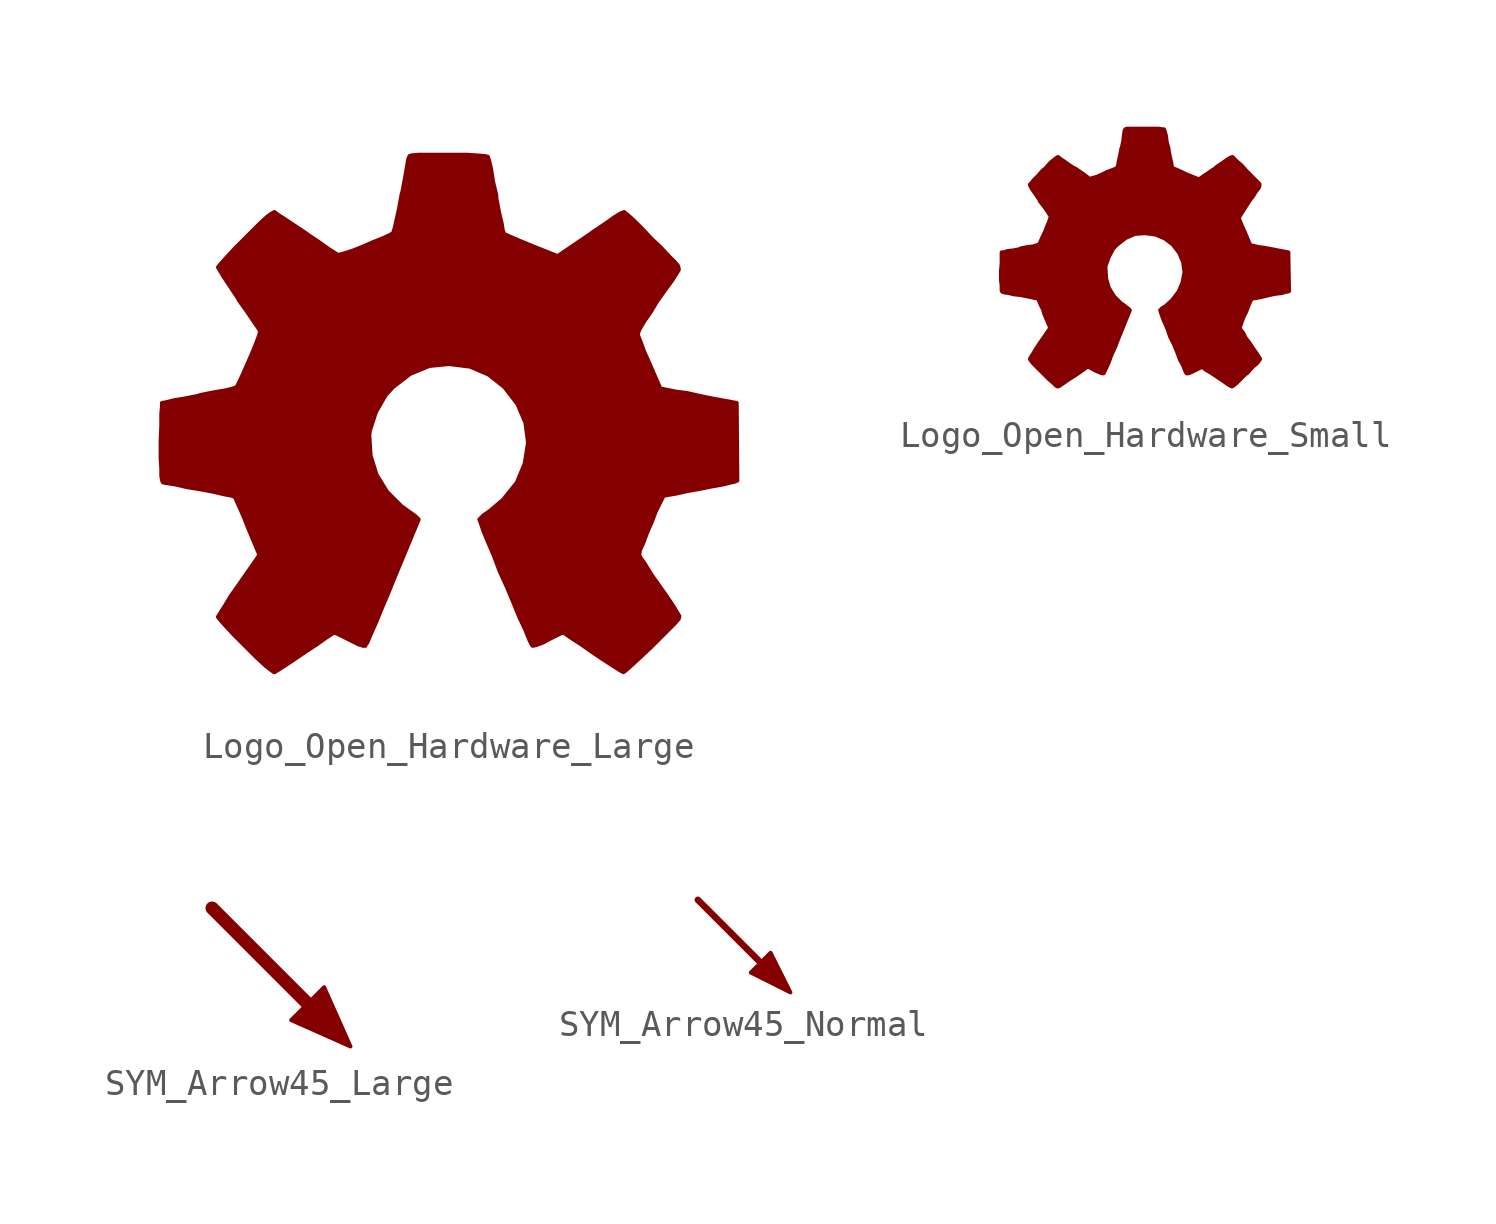
<source format=kicad_sym>
(kicad_symbol_lib
  (version 20220914)
  (generator kicad_symbol_editor)
  (symbol "Logo_Open_Hardware_Large"
    (property "Reference" "#SYM"
      (at 0 12.7 0)
      (effects (font (size 1.27 1.27)) hide))
    (symbol "Logo_Open_Hardware_Large_1_1"
      (polyline (pts (xy 6.731 -8.712) (xy 6.629 -8.661) (xy 6.35 -8.484) (xy 5.994 -8.255) (xy 5.537 -7.95) (xy 5.105 -7.645) (xy 4.75 -7.417) (xy 4.496 -7.239) (xy 4.394 -7.188) (xy 4.318 -7.214) (xy 4.115 -7.315) (xy 3.81 -7.468) (xy 3.632 -7.569) (xy 3.353 -7.671) (xy 3.226 -7.696) (xy 3.2 -7.671) (xy 3.099 -7.468) (xy 2.946 -7.087) (xy 2.718 -6.604) (xy 2.489 -6.045) (xy 2.235 -5.436) (xy 1.956 -4.826) (xy 1.727 -4.216) (xy 1.499 -3.683) (xy 1.321 -3.251) (xy 1.219 -2.946) (xy 1.168 -2.819) (xy 1.194 -2.794) (xy 1.321 -2.667) (xy 1.575 -2.489) (xy 2.083 -2.057) (xy 2.616 -1.397) (xy 2.921 -0.66) (xy 3.048 0.152) (xy 2.946 0.914) (xy 2.642 1.626) (xy 2.134 2.286) (xy 1.524 2.769) (xy 0.813 3.073) (xy 0 3.175) (xy -0.762 3.099) (xy -1.499 2.794) (xy -2.159 2.286) (xy -2.438 1.981) (xy -2.819 1.321) (xy -3.048 0.61) (xy -3.073 0.432) (xy -3.023 -0.356) (xy -2.794 -1.092) (xy -2.388 -1.753) (xy -1.829 -2.311) (xy -1.753 -2.362) (xy -1.473 -2.565) (xy -1.295 -2.692) (xy -1.168 -2.819) (xy -2.159 -5.207) (xy -2.311 -5.588) (xy -2.591 -6.248) (xy -2.819 -6.807) (xy -3.023 -7.264) (xy -3.15 -7.569) (xy -3.226 -7.671) (xy -3.226 -7.696) (xy -3.302 -7.696) (xy -3.48 -7.645) (xy -3.835 -7.468) (xy -4.039 -7.366) (xy -4.293 -7.239) (xy -4.42 -7.188) (xy -4.521 -7.239) (xy -4.75 -7.391) (xy -5.105 -7.645) (xy -5.537 -7.925) (xy -5.944 -8.204) (xy -6.325 -8.458) (xy -6.604 -8.636) (xy -6.731 -8.712) (xy -6.756 -8.712) (xy -6.858 -8.636) (xy -7.087 -8.458) (xy -7.417 -8.153) (xy -7.874 -7.696) (xy -7.95 -7.62) (xy -8.331 -7.239) (xy -8.636 -6.909) (xy -8.839 -6.68) (xy -8.915 -6.579) (xy -8.915 -6.579) (xy -8.839 -6.452) (xy -8.661 -6.172) (xy -8.433 -5.791) (xy -8.128 -5.359) (xy -7.315 -4.191) (xy -7.772 -3.099) (xy -7.899 -2.769) (xy -8.077 -2.362) (xy -8.204 -2.083) (xy -8.255 -1.956) (xy -8.382 -1.905) (xy -8.661 -1.854) (xy -9.093 -1.753) (xy -9.627 -1.651) (xy -10.109 -1.575) (xy -10.541 -1.473) (xy -10.871 -1.422) (xy -11.024 -1.397) (xy -11.049 -1.372) (xy -11.074 -1.295) (xy -11.1 -1.143) (xy -11.1 -0.889) (xy -11.125 -0.457) (xy -11.125 0.152) (xy -11.125 0.229) (xy -11.1 0.813) (xy -11.1 1.27) (xy -11.074 1.549) (xy -11.074 1.676) (xy -11.074 1.676) (xy -10.922 1.702) (xy -10.617 1.778) (xy -10.16 1.854) (xy -9.652 1.956) (xy -9.601 1.981) (xy -9.093 2.083) (xy -8.636 2.159) (xy -8.331 2.235) (xy -8.204 2.286) (xy -8.179 2.311) (xy -8.077 2.515) (xy -7.925 2.845) (xy -7.747 3.251) (xy -7.569 3.658) (xy -7.417 4.039) (xy -7.315 4.318) (xy -7.29 4.445) (xy -7.29 4.445) (xy -7.366 4.572) (xy -7.544 4.826) (xy -7.798 5.207) (xy -8.128 5.664) (xy -8.128 5.69) (xy -8.433 6.147) (xy -8.687 6.528) (xy -8.839 6.782) (xy -8.915 6.909) (xy -8.915 6.909) (xy -8.814 7.036) (xy -8.585 7.29) (xy -8.255 7.645) (xy -7.874 8.026) (xy -7.747 8.153) (xy -7.315 8.585) (xy -7.01 8.865) (xy -6.833 8.992) (xy -6.731 9.042) (xy -6.731 9.042) (xy -6.604 8.941) (xy -6.325 8.763) (xy -5.944 8.509) (xy -5.486 8.204) (xy -5.461 8.179) (xy -5.004 7.874) (xy -4.648 7.62) (xy -4.369 7.442) (xy -4.267 7.391) (xy -4.242 7.391) (xy -4.064 7.442) (xy -3.734 7.544) (xy -3.353 7.696) (xy -2.946 7.874) (xy -2.565 8.026) (xy -2.286 8.153) (xy -2.159 8.23) (xy -2.159 8.23) (xy -2.108 8.382) (xy -2.032 8.712) (xy -1.93 9.169) (xy -1.829 9.728) (xy -1.803 9.804) (xy -1.702 10.338) (xy -1.626 10.77) (xy -1.575 11.074) (xy -1.524 11.201) (xy -1.448 11.227) (xy -1.194 11.252) (xy -0.813 11.252) (xy -0.33 11.252) (xy 0.152 11.252) (xy 0.66 11.252) (xy 1.067 11.227) (xy 1.372 11.201) (xy 1.499 11.176) (xy 1.499 11.176) (xy 1.549 11.024) (xy 1.626 10.693) (xy 1.702 10.211) (xy 1.829 9.677) (xy 1.829 9.576) (xy 1.93 9.042) (xy 2.032 8.611) (xy 2.083 8.306) (xy 2.134 8.204) (xy 2.159 8.179) (xy 2.388 8.077) (xy 2.743 7.925) (xy 3.175 7.747) (xy 4.191 7.341) (xy 5.461 8.204) (xy 5.563 8.28) (xy 6.02 8.585) (xy 6.375 8.839) (xy 6.629 8.992) (xy 6.756 9.042) (xy 6.756 9.042) (xy 6.883 8.941) (xy 7.137 8.712) (xy 7.468 8.382) (xy 7.849 7.976) (xy 8.153 7.696) (xy 8.484 7.341) (xy 8.712 7.112) (xy 8.839 6.96) (xy 8.865 6.858) (xy 8.865 6.807) (xy 8.788 6.68) (xy 8.611 6.401) (xy 8.331 6.02) (xy 8.026 5.588) (xy 7.798 5.207) (xy 7.518 4.801) (xy 7.341 4.496) (xy 7.29 4.343) (xy 7.29 4.293) (xy 7.391 4.039) (xy 7.518 3.683) (xy 7.722 3.226) (xy 8.153 2.235) (xy 8.788 2.108) (xy 9.195 2.057) (xy 9.754 1.93) (xy 10.262 1.829) (xy 11.1 1.676) (xy 11.125 -1.321) (xy 10.998 -1.372) (xy 10.871 -1.397) (xy 10.566 -1.473) (xy 10.135 -1.549) (xy 9.627 -1.651) (xy 9.195 -1.727) (xy 8.738 -1.829) (xy 8.433 -1.88) (xy 8.28 -1.905) (xy 8.255 -1.956) (xy 8.153 -2.159) (xy 7.976 -2.515) (xy 7.823 -2.921) (xy 7.645 -3.327) (xy 7.493 -3.734) (xy 7.366 -4.013) (xy 7.341 -4.191) (xy 7.391 -4.293) (xy 7.569 -4.547) (xy 7.798 -4.928) (xy 8.103 -5.359) (xy 8.407 -5.791) (xy 8.661 -6.172) (xy 8.814 -6.426) (xy 8.89 -6.553) (xy 8.865 -6.655) (xy 8.687 -6.858) (xy 8.357 -7.188) (xy 7.874 -7.671) (xy 7.798 -7.747) (xy 7.391 -8.128) (xy 7.061 -8.433) (xy 6.833 -8.636) (xy 6.731 -8.712)) (stroke (width 0) (type default)) (fill (type outline)))))
  (symbol "Logo_Open_Hardware_Small"
    (property "Reference" "#SYM"
      (at 0 6.985 0)
      (effects (font (size 1.27 1.27)) hide))
    (symbol "Logo_Open_Hardware_Small_0_1"
      (polyline (pts (xy 3.353 -4.343) (xy 3.302 -4.318) (xy 3.175 -4.242) (xy 2.997 -4.115) (xy 2.769 -3.962) (xy 2.54 -3.81) (xy 2.362 -3.708) (xy 2.235 -3.607) (xy 2.184 -3.581) (xy 2.159 -3.607) (xy 2.057 -3.658) (xy 1.905 -3.734) (xy 1.803 -3.785) (xy 1.676 -3.835) (xy 1.6 -3.835) (xy 1.6 -3.835) (xy 1.549 -3.734) (xy 1.473 -3.531) (xy 1.346 -3.302) (xy 1.245 -3.023) (xy 1.118 -2.718) (xy 0.965 -2.413) (xy 0.864 -2.108) (xy 0.737 -1.829) (xy 0.66 -1.626) (xy 0.61 -1.473) (xy 0.584 -1.397) (xy 0.584 -1.397) (xy 0.66 -1.321) (xy 0.787 -1.245) (xy 1.041 -1.016) (xy 1.295 -0.686) (xy 1.448 -0.33) (xy 1.524 0.076) (xy 1.473 0.457) (xy 1.321 0.813) (xy 1.067 1.143) (xy 0.762 1.372) (xy 0.406 1.524) (xy 0 1.575) (xy -0.381 1.549) (xy -0.737 1.397) (xy -1.067 1.143) (xy -1.219 0.991) (xy -1.397 0.66) (xy -1.524 0.305) (xy -1.524 0.229) (xy -1.499 -0.178) (xy -1.397 -0.533) (xy -1.194 -0.864) (xy -0.914 -1.143) (xy -0.864 -1.168) (xy -0.737 -1.27) (xy -0.635 -1.346) (xy -0.584 -1.397) (xy -1.067 -2.591) (xy -1.143 -2.794) (xy -1.295 -3.124) (xy -1.397 -3.404) (xy -1.499 -3.632) (xy -1.575 -3.785) (xy -1.6 -3.835) (xy -1.6 -3.835) (xy -1.651 -3.835) (xy -1.727 -3.81) (xy -1.905 -3.734) (xy -2.007 -3.683) (xy -2.134 -3.607) (xy -2.21 -3.581) (xy -2.261 -3.607) (xy -2.362 -3.683) (xy -2.54 -3.81) (xy -2.769 -3.962) (xy -2.972 -4.089) (xy -3.15 -4.216) (xy -3.302 -4.318) (xy -3.353 -4.343) (xy -3.378 -4.343) (xy -3.429 -4.318) (xy -3.531 -4.216) (xy -3.708 -4.064) (xy -3.937 -3.835) (xy -3.962 -3.81) (xy -4.166 -3.607) (xy -4.318 -3.454) (xy -4.42 -3.327) (xy -4.445 -3.277) (xy -4.445 -3.277) (xy -4.42 -3.226) (xy -4.318 -3.073) (xy -4.216 -2.896) (xy -4.064 -2.667) (xy -3.658 -2.083) (xy -3.886 -1.549) (xy -3.937 -1.372) (xy -4.039 -1.168) (xy -4.089 -1.041) (xy -4.115 -0.965) (xy -4.191 -0.94) (xy -4.318 -0.914) (xy -4.547 -0.864) (xy -4.801 -0.813) (xy -5.055 -0.787) (xy -5.258 -0.737) (xy -5.436 -0.711) (xy -5.512 -0.686) (xy -5.512 -0.686) (xy -5.537 -0.635) (xy -5.537 -0.559) (xy -5.537 -0.432) (xy -5.563 -0.229) (xy -5.563 0.076) (xy -5.563 0.127) (xy -5.537 0.406) (xy -5.537 0.635) (xy -5.537 0.762) (xy -5.537 0.838) (xy -5.537 0.838) (xy -5.461 0.838) (xy -5.309 0.889) (xy -5.08 0.914) (xy -4.826 0.965) (xy -4.801 0.991) (xy -4.547 1.041) (xy -4.318 1.067) (xy -4.166 1.118) (xy -4.089 1.143) (xy -4.089 1.143) (xy -4.039 1.245) (xy -3.962 1.422) (xy -3.861 1.626) (xy -3.785 1.829) (xy -3.708 2.007) (xy -3.658 2.159) (xy -3.632 2.21) (xy -3.632 2.21) (xy -3.683 2.286) (xy -3.759 2.413) (xy -3.886 2.591) (xy -4.064 2.819) (xy -4.064 2.845) (xy -4.216 3.073) (xy -4.343 3.251) (xy -4.42 3.378) (xy -4.445 3.454) (xy -4.445 3.454) (xy -4.394 3.505) (xy -4.293 3.632) (xy -4.115 3.81) (xy -3.937 4.013) (xy -3.861 4.064) (xy -3.658 4.293) (xy -3.505 4.42) (xy -3.404 4.496) (xy -3.353 4.521) (xy -3.353 4.521) (xy -3.302 4.47) (xy -3.15 4.369) (xy -2.972 4.242) (xy -2.743 4.089) (xy -2.718 4.089) (xy -2.489 3.937) (xy -2.311 3.81) (xy -2.184 3.708) (xy -2.134 3.683) (xy -2.108 3.683) (xy -2.032 3.708) (xy -1.854 3.759) (xy -1.676 3.835) (xy -1.473 3.937) (xy -1.27 4.013) (xy -1.143 4.064) (xy -1.067 4.115) (xy -1.067 4.115) (xy -1.041 4.191) (xy -1.016 4.343) (xy -0.965 4.572) (xy -0.914 4.851) (xy -0.889 4.902) (xy -0.838 5.156) (xy -0.813 5.385) (xy -0.787 5.537) (xy -0.762 5.588) (xy -0.711 5.613) (xy -0.584 5.613) (xy -0.406 5.613) (xy -0.152 5.613) (xy 0.076 5.613) (xy 0.33 5.613) (xy 0.533 5.613) (xy 0.686 5.588) (xy 0.737 5.588) (xy 0.737 5.588) (xy 0.762 5.512) (xy 0.813 5.334) (xy 0.838 5.105) (xy 0.914 4.826) (xy 0.914 4.775) (xy 0.965 4.521) (xy 1.016 4.293) (xy 1.041 4.14) (xy 1.067 4.089) (xy 1.067 4.089) (xy 1.194 4.039) (xy 1.372 3.962) (xy 1.575 3.861) (xy 2.083 3.658) (xy 2.718 4.089) (xy 2.769 4.14) (xy 2.997 4.293) (xy 3.175 4.42) (xy 3.302 4.496) (xy 3.378 4.521) (xy 3.378 4.521) (xy 3.429 4.47) (xy 3.556 4.343) (xy 3.734 4.191) (xy 3.912 3.988) (xy 4.064 3.835) (xy 4.242 3.658) (xy 4.343 3.556) (xy 4.42 3.48) (xy 4.42 3.429) (xy 4.42 3.404) (xy 4.394 3.327) (xy 4.293 3.2) (xy 4.166 2.997) (xy 4.013 2.794) (xy 3.886 2.591) (xy 3.759 2.388) (xy 3.658 2.235) (xy 3.632 2.159) (xy 3.632 2.134) (xy 3.683 2.007) (xy 3.759 1.829) (xy 3.861 1.6) (xy 4.064 1.118) (xy 4.394 1.041) (xy 4.597 1.016) (xy 4.877 0.965) (xy 5.131 0.914) (xy 5.537 0.838) (xy 5.563 -0.66) (xy 5.486 -0.686) (xy 5.436 -0.686) (xy 5.283 -0.737) (xy 5.055 -0.762) (xy 4.801 -0.813) (xy 4.597 -0.864) (xy 4.369 -0.914) (xy 4.216 -0.94) (xy 4.14 -0.94) (xy 4.115 -0.965) (xy 4.064 -1.067) (xy 3.988 -1.245) (xy 3.912 -1.448) (xy 3.81 -1.651) (xy 3.734 -1.854) (xy 3.683 -2.007) (xy 3.658 -2.083) (xy 3.683 -2.134) (xy 3.785 -2.261) (xy 3.886 -2.464) (xy 4.039 -2.667) (xy 4.191 -2.896) (xy 4.318 -3.073) (xy 4.394 -3.2) (xy 4.445 -3.277) (xy 4.42 -3.327) (xy 4.343 -3.429) (xy 4.166 -3.581) (xy 3.937 -3.835) (xy 3.886 -3.861) (xy 3.683 -4.064) (xy 3.531 -4.216) (xy 3.404 -4.318) (xy 3.353 -4.343)) (stroke (width 0) (type default)) (fill (type outline)))))
  (symbol "SYM_Arrow45_Large"
    (property "Reference" "#SYM"
      (at 0 4.064 0)
      (effects (font (size 1.27 1.27)) hide))
    (symbol "SYM_Arrow45_Large_0_1"
      (polyline (pts (xy -2.54 2.54) (xy 2.286 -2.286)) (stroke (width 0.508) (type default)) (fill (type none)))
      (polyline (pts (xy 2.794 -2.794) (xy 0.508 -1.778) (xy 1.778 -0.508) (xy 2.794 -2.794)) (stroke (width 0) (type default)) (fill (type outline)))))
  (symbol "SYM_Arrow45_Normal"
    (property "Reference" "#SYM"
      (at 3.81 1.27 0)
      (effects (font (size 1.27 1.27)) hide))
    (symbol "SYM_Arrow45_Normal_0_1"
      (polyline (pts (xy 1.524 -1.524) (xy -1.778 1.778)) (stroke (width 0.254) (type default)) (fill (type none)))
      (polyline (pts (xy 1.778 -1.778) (xy 0.254 -1.016) (xy 1.016 -0.254) (xy 1.778 -1.778)) (stroke (width 0) (type default)) (fill (type outline))))))
</source>
